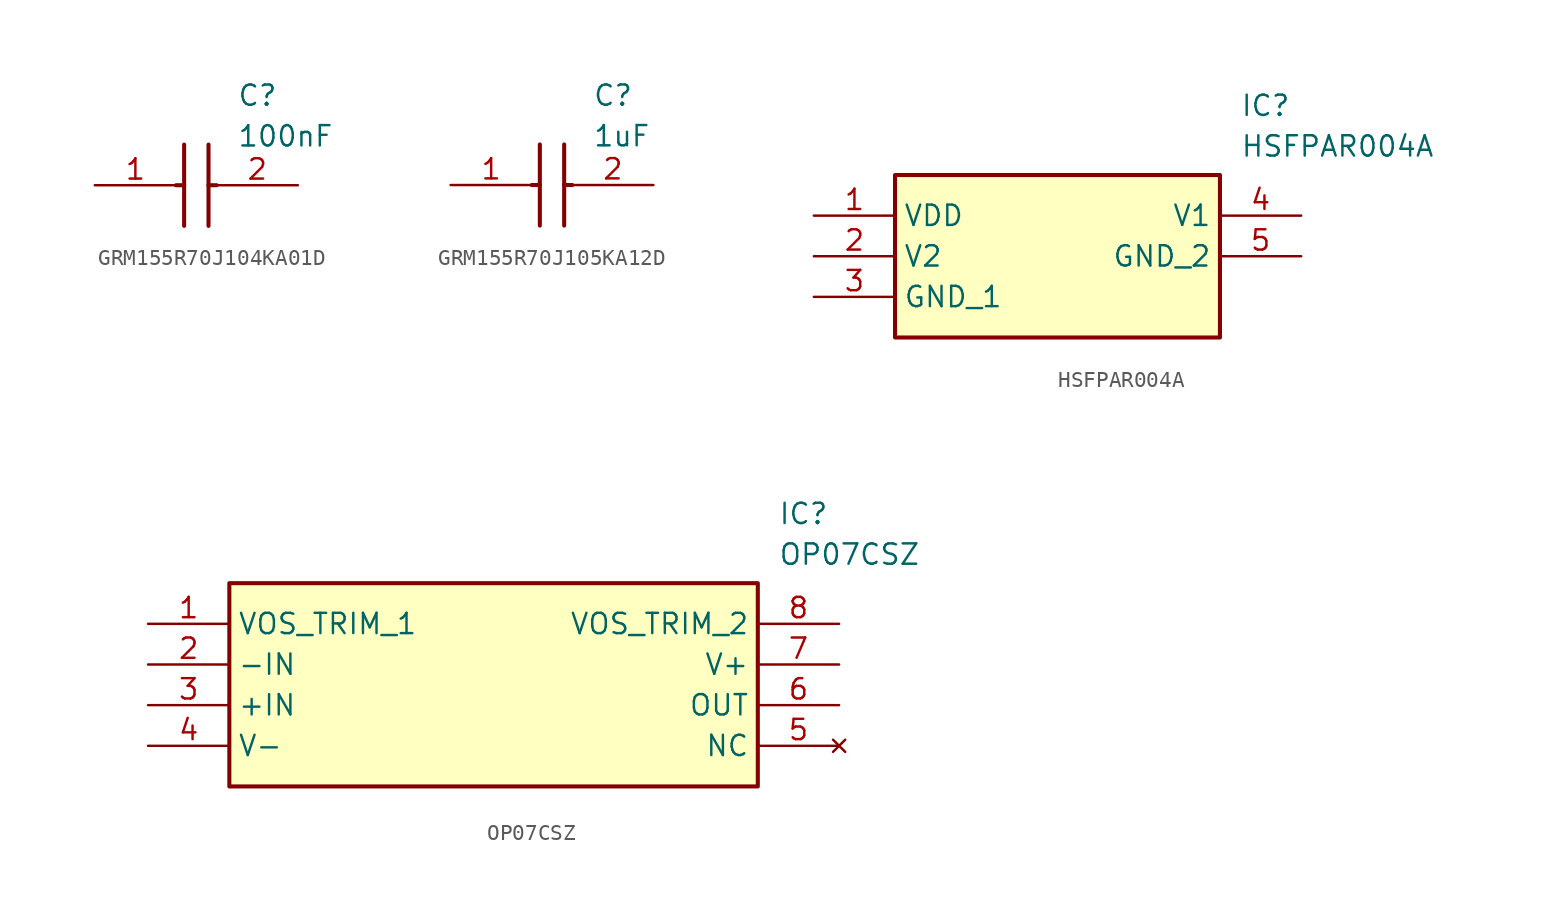
<source format=kicad_sym>
(kicad_symbol_lib
  (version 20241209)
  (generator "kicad_symbol_editor")
  (generator_version "9.0")
  (symbol "GRM155R70J104KA01D"
    (pin_names
      (hide yes))
    (property "Reference" "C"
      (at 8.89 6.35 0)
      (effects (font (size 1.27 1.27)) (justify left top)))
    (property "Value" "100nF"
      (at 8.89 3.81 0)
      (effects (font (size 1.27 1.27)) (justify left top)))
    (symbol "GRM155R70J104KA01D_1_1"
      (polyline (pts (xy 5.08 0) (xy 5.588 0)) (stroke (width 0.254) (type default)) (fill (type none)))
      (polyline (pts (xy 5.588 2.54) (xy 5.588 -2.54)) (stroke (width 0.254) (type default)) (fill (type none)))
      (polyline (pts (xy 7.112 2.54) (xy 7.112 -2.54)) (stroke (width 0.254) (type default)) (fill (type none)))
      (polyline (pts (xy 7.112 0) (xy 7.62 0)) (stroke (width 0.254) (type default)) (fill (type none)))
      (pin passive line (at 0 0 0) (length 5.08) (name "1" (effects (font (size 1.27 1.27)))) (number "1" (effects (font (size 1.27 1.27)))))
      (pin passive line (at 12.7 0 180) (length 5.08) (name "2" (effects (font (size 1.27 1.27)))) (number "2" (effects (font (size 1.27 1.27)))))))
  (symbol "GRM155R70J105KA12D"
    (pin_names
      (hide yes))
    (property "Reference" "C"
      (at 8.89 6.35 0)
      (effects (font (size 1.27 1.27)) (justify left top)))
    (property "Value" "1uF"
      (at 8.89 3.81 0)
      (effects (font (size 1.27 1.27)) (justify left top)))
    (symbol "GRM155R70J105KA12D_1_1"
      (polyline (pts (xy 5.08 0) (xy 5.588 0)) (stroke (width 0.254) (type default)) (fill (type none)))
      (polyline (pts (xy 5.588 2.54) (xy 5.588 -2.54)) (stroke (width 0.254) (type default)) (fill (type none)))
      (polyline (pts (xy 7.112 2.54) (xy 7.112 -2.54)) (stroke (width 0.254) (type default)) (fill (type none)))
      (polyline (pts (xy 7.112 0) (xy 7.62 0)) (stroke (width 0.254) (type default)) (fill (type none)))
      (pin passive line (at 0 0 0) (length 5.08) (name "1" (effects (font (size 1.27 1.27)))) (number "1" (effects (font (size 1.27 1.27)))))
      (pin passive line (at 12.7 0 180) (length 5.08) (name "2" (effects (font (size 1.27 1.27)))) (number "2" (effects (font (size 1.27 1.27)))))))
  (symbol "HSFPAR004A"
    (property "Reference" "IC"
      (at 26.67 7.62 0)
      (effects (font (size 1.27 1.27)) (justify left top)))
    (property "Value" "HSFPAR004A"
      (at 26.67 5.08 0)
      (effects (font (size 1.27 1.27)) (justify left top)))
    (rectangle
      (start 5.08 2.54)
      (end 25.4 -7.62)
      (stroke (width 0.254) (type default))
      (fill (type background)))
    (pin passive line
      (at 0 0 0)
      (length 5.08)
      (name "VDD" (effects (font (size 1.27 1.27))))
      (number "1" (effects (font (size 1.27 1.27)))))
    (pin passive line
      (at 0 -2.54 0)
      (length 5.08)
      (name "V2" (effects (font (size 1.27 1.27))))
      (number "2" (effects (font (size 1.27 1.27)))))
    (pin passive line
      (at 0 -5.08 0)
      (length 5.08)
      (name "GND_1" (effects (font (size 1.27 1.27))))
      (number "3" (effects (font (size 1.27 1.27)))))
    (pin passive line
      (at 30.48 0 180)
      (length 5.08)
      (name "V1" (effects (font (size 1.27 1.27))))
      (number "4" (effects (font (size 1.27 1.27)))))
    (pin passive line
      (at 30.48 -2.54 180)
      (length 5.08)
      (name "GND_2" (effects (font (size 1.27 1.27))))
      (number "5" (effects (font (size 1.27 1.27))))))
  (symbol "OP07CSZ"
    (property "Reference" "IC"
      (at 39.37 7.62 0)
      (effects (font (size 1.27 1.27)) (justify left top)))
    (property "Value" "OP07CSZ"
      (at 39.37 5.08 0)
      (effects (font (size 1.27 1.27)) (justify left top)))
    (rectangle
      (start 5.08 2.54)
      (end 38.1 -10.16)
      (stroke (width 0.254) (type default))
      (fill (type background)))
    (pin passive line
      (at 0 0 0)
      (length 5.08)
      (name "VOS_TRIM_1" (effects (font (size 1.27 1.27))))
      (number "1" (effects (font (size 1.27 1.27)))))
    (pin passive line
      (at 0 -2.54 0)
      (length 5.08)
      (name "-IN" (effects (font (size 1.27 1.27))))
      (number "2" (effects (font (size 1.27 1.27)))))
    (pin passive line
      (at 0 -5.08 0)
      (length 5.08)
      (name "+IN" (effects (font (size 1.27 1.27))))
      (number "3" (effects (font (size 1.27 1.27)))))
    (pin passive line
      (at 0 -7.62 0)
      (length 5.08)
      (name "V-" (effects (font (size 1.27 1.27))))
      (number "4" (effects (font (size 1.27 1.27)))))
    (pin passive line
      (at 43.18 0 180)
      (length 5.08)
      (name "VOS_TRIM_2" (effects (font (size 1.27 1.27))))
      (number "8" (effects (font (size 1.27 1.27)))))
    (pin passive line
      (at 43.18 -2.54 180)
      (length 5.08)
      (name "V+" (effects (font (size 1.27 1.27))))
      (number "7" (effects (font (size 1.27 1.27)))))
    (pin passive line
      (at 43.18 -5.08 180)
      (length 5.08)
      (name "OUT" (effects (font (size 1.27 1.27))))
      (number "6" (effects (font (size 1.27 1.27)))))
    (pin no_connect line
      (at 43.18 -7.62 180)
      (length 5.08)
      (name "NC" (effects (font (size 1.27 1.27))))
      (number "5" (effects (font (size 1.27 1.27)))))))
</source>
